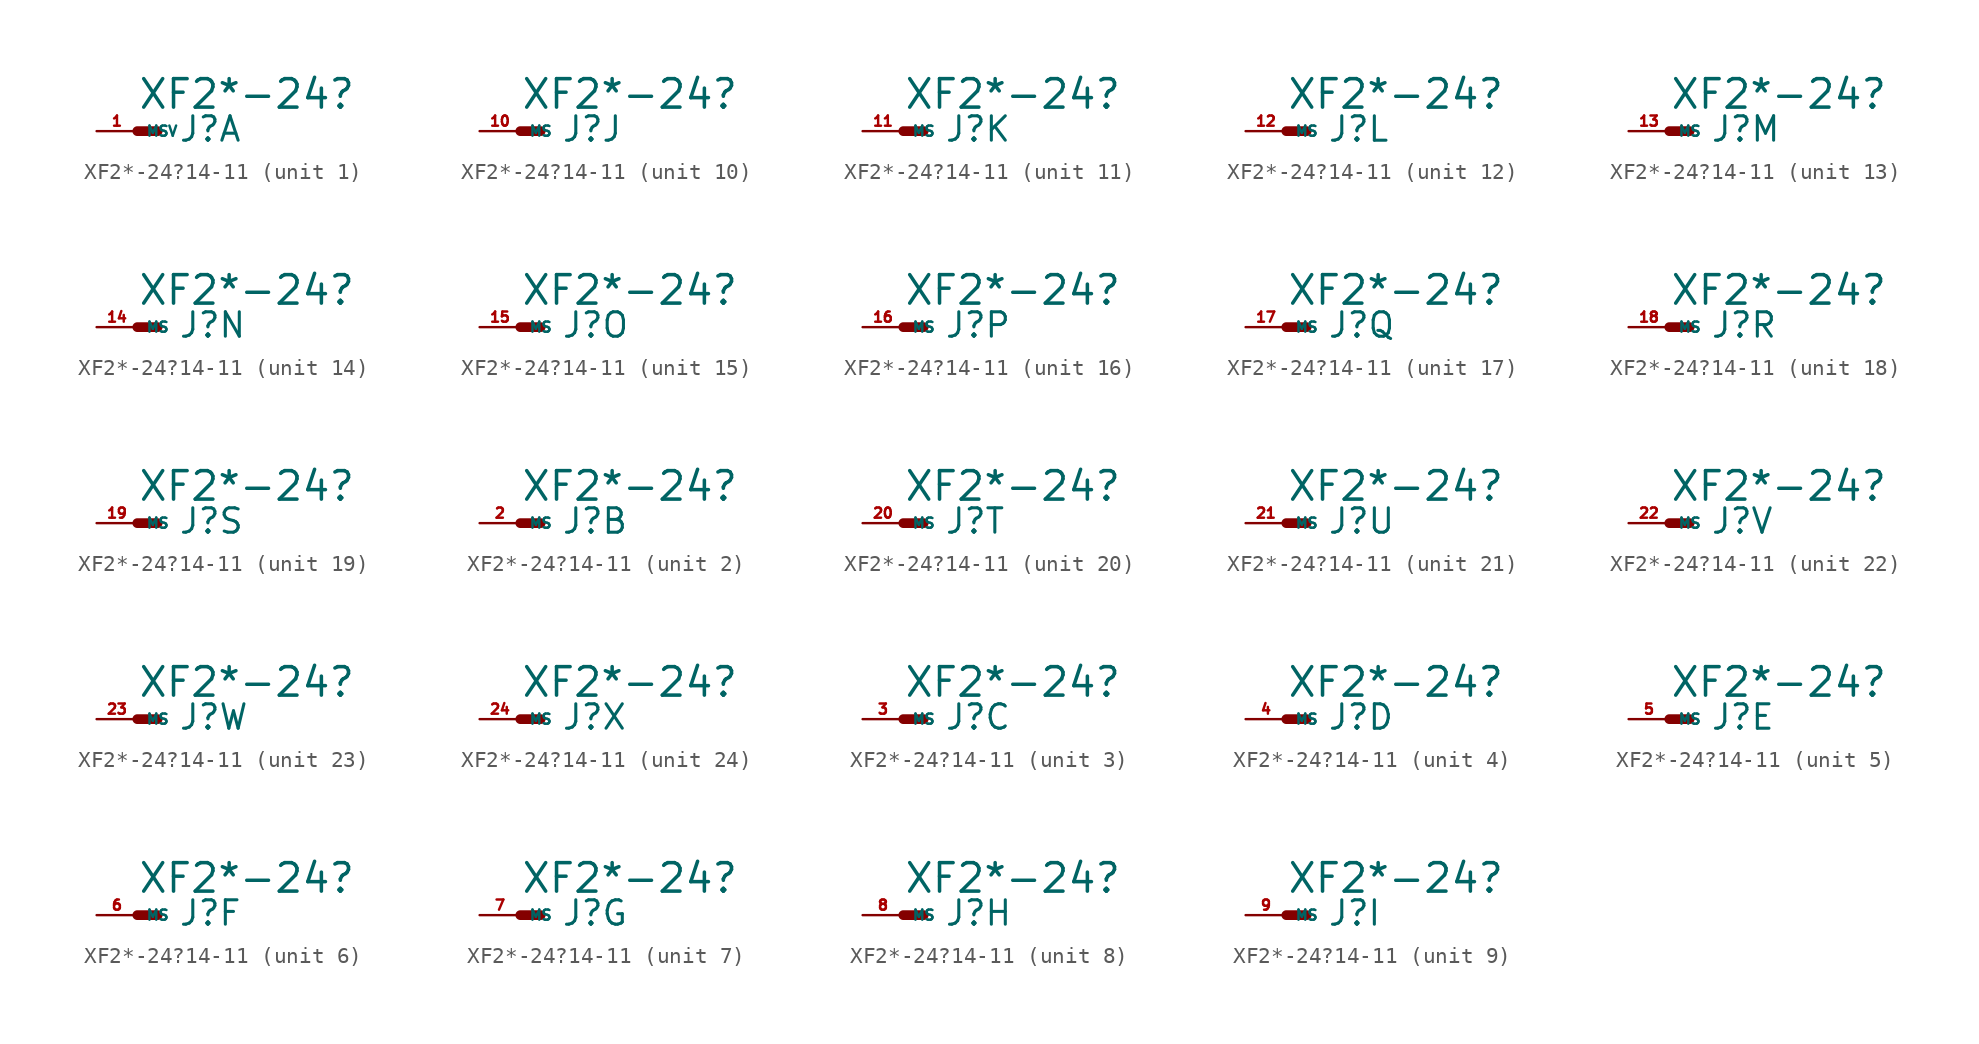
<source format=kicad_sym>
(kicad_symbol_lib
  (version 20220914)
  (generator Eagle2Kicad)
  (symbol "XF2*-24?14-11"
    (property "Reference" "J"
      (at 2.54 -0.762 0)
      (effects (font (size 1.524 1.524) (thickness 0.19)) (justify left bottom)))
    (property "Value" "XF2*-24?"
      (at 0 1.27 0)
      (effects (font (size 1.778 1.778) (thickness 0.22)) (justify left bottom)))
    (symbol "XF2*-24?14-11_1_0"
      (polyline (pts (xy 0 0) (xy 1.27 0)) (stroke (width 0.61) (type default)) (fill (type none)))
      (pin passive line (at -2.54 0 0) (length 2.54) (name "MSV" (effects (font (size 0.635 0.635) (thickness 0.08)) (justify left bottom))) (number "1" (effects (font (size 0.635 0.635) (thickness 0.08)) (justify left bottom)))))
    (symbol "XF2*-24?14-11_2_0"
      (polyline (pts (xy 0 0) (xy 1.27 0)) (stroke (width 0.61) (type default)) (fill (type none)))
      (pin passive line (at -2.54 0 0) (length 2.54) (name "MS" (effects (font (size 0.635 0.635) (thickness 0.08)) (justify left bottom))) (number "2" (effects (font (size 0.635 0.635) (thickness 0.08)) (justify left bottom)))))
    (symbol "XF2*-24?14-11_3_0"
      (polyline (pts (xy 0 0) (xy 1.27 0)) (stroke (width 0.61) (type default)) (fill (type none)))
      (pin passive line (at -2.54 0 0) (length 2.54) (name "MS" (effects (font (size 0.635 0.635) (thickness 0.08)) (justify left bottom))) (number "3" (effects (font (size 0.635 0.635) (thickness 0.08)) (justify left bottom)))))
    (symbol "XF2*-24?14-11_4_0"
      (polyline (pts (xy 0 0) (xy 1.27 0)) (stroke (width 0.61) (type default)) (fill (type none)))
      (pin passive line (at -2.54 0 0) (length 2.54) (name "MS" (effects (font (size 0.635 0.635) (thickness 0.08)) (justify left bottom))) (number "4" (effects (font (size 0.635 0.635) (thickness 0.08)) (justify left bottom)))))
    (symbol "XF2*-24?14-11_5_0"
      (polyline (pts (xy 0 0) (xy 1.27 0)) (stroke (width 0.61) (type default)) (fill (type none)))
      (pin passive line (at -2.54 0 0) (length 2.54) (name "MS" (effects (font (size 0.635 0.635) (thickness 0.08)) (justify left bottom))) (number "5" (effects (font (size 0.635 0.635) (thickness 0.08)) (justify left bottom)))))
    (symbol "XF2*-24?14-11_6_0"
      (polyline (pts (xy 0 0) (xy 1.27 0)) (stroke (width 0.61) (type default)) (fill (type none)))
      (pin passive line (at -2.54 0 0) (length 2.54) (name "MS" (effects (font (size 0.635 0.635) (thickness 0.08)) (justify left bottom))) (number "6" (effects (font (size 0.635 0.635) (thickness 0.08)) (justify left bottom)))))
    (symbol "XF2*-24?14-11_7_0"
      (polyline (pts (xy 0 0) (xy 1.27 0)) (stroke (width 0.61) (type default)) (fill (type none)))
      (pin passive line (at -2.54 0 0) (length 2.54) (name "MS" (effects (font (size 0.635 0.635) (thickness 0.08)) (justify left bottom))) (number "7" (effects (font (size 0.635 0.635) (thickness 0.08)) (justify left bottom)))))
    (symbol "XF2*-24?14-11_8_0"
      (polyline (pts (xy 0 0) (xy 1.27 0)) (stroke (width 0.61) (type default)) (fill (type none)))
      (pin passive line (at -2.54 0 0) (length 2.54) (name "MS" (effects (font (size 0.635 0.635) (thickness 0.08)) (justify left bottom))) (number "8" (effects (font (size 0.635 0.635) (thickness 0.08)) (justify left bottom)))))
    (symbol "XF2*-24?14-11_9_0"
      (polyline (pts (xy 0 0) (xy 1.27 0)) (stroke (width 0.61) (type default)) (fill (type none)))
      (pin passive line (at -2.54 0 0) (length 2.54) (name "MS" (effects (font (size 0.635 0.635) (thickness 0.08)) (justify left bottom))) (number "9" (effects (font (size 0.635 0.635) (thickness 0.08)) (justify left bottom)))))
    (symbol "XF2*-24?14-11_10_0"
      (polyline (pts (xy 0 0) (xy 1.27 0)) (stroke (width 0.61) (type default)) (fill (type none)))
      (pin passive line (at -2.54 0 0) (length 2.54) (name "MS" (effects (font (size 0.635 0.635) (thickness 0.08)) (justify left bottom))) (number "10" (effects (font (size 0.635 0.635) (thickness 0.08)) (justify left bottom)))))
    (symbol "XF2*-24?14-11_11_0"
      (polyline (pts (xy 0 0) (xy 1.27 0)) (stroke (width 0.61) (type default)) (fill (type none)))
      (pin passive line (at -2.54 0 0) (length 2.54) (name "MS" (effects (font (size 0.635 0.635) (thickness 0.08)) (justify left bottom))) (number "11" (effects (font (size 0.635 0.635) (thickness 0.08)) (justify left bottom)))))
    (symbol "XF2*-24?14-11_12_0"
      (polyline (pts (xy 0 0) (xy 1.27 0)) (stroke (width 0.61) (type default)) (fill (type none)))
      (pin passive line (at -2.54 0 0) (length 2.54) (name "MS" (effects (font (size 0.635 0.635) (thickness 0.08)) (justify left bottom))) (number "12" (effects (font (size 0.635 0.635) (thickness 0.08)) (justify left bottom)))))
    (symbol "XF2*-24?14-11_13_0"
      (polyline (pts (xy 0 0) (xy 1.27 0)) (stroke (width 0.61) (type default)) (fill (type none)))
      (pin passive line (at -2.54 0 0) (length 2.54) (name "MS" (effects (font (size 0.635 0.635) (thickness 0.08)) (justify left bottom))) (number "13" (effects (font (size 0.635 0.635) (thickness 0.08)) (justify left bottom)))))
    (symbol "XF2*-24?14-11_14_0"
      (polyline (pts (xy 0 0) (xy 1.27 0)) (stroke (width 0.61) (type default)) (fill (type none)))
      (pin passive line (at -2.54 0 0) (length 2.54) (name "MS" (effects (font (size 0.635 0.635) (thickness 0.08)) (justify left bottom))) (number "14" (effects (font (size 0.635 0.635) (thickness 0.08)) (justify left bottom)))))
    (symbol "XF2*-24?14-11_15_0"
      (polyline (pts (xy 0 0) (xy 1.27 0)) (stroke (width 0.61) (type default)) (fill (type none)))
      (pin passive line (at -2.54 0 0) (length 2.54) (name "MS" (effects (font (size 0.635 0.635) (thickness 0.08)) (justify left bottom))) (number "15" (effects (font (size 0.635 0.635) (thickness 0.08)) (justify left bottom)))))
    (symbol "XF2*-24?14-11_16_0"
      (polyline (pts (xy 0 0) (xy 1.27 0)) (stroke (width 0.61) (type default)) (fill (type none)))
      (pin passive line (at -2.54 0 0) (length 2.54) (name "MS" (effects (font (size 0.635 0.635) (thickness 0.08)) (justify left bottom))) (number "16" (effects (font (size 0.635 0.635) (thickness 0.08)) (justify left bottom)))))
    (symbol "XF2*-24?14-11_17_0"
      (polyline (pts (xy 0 0) (xy 1.27 0)) (stroke (width 0.61) (type default)) (fill (type none)))
      (pin passive line (at -2.54 0 0) (length 2.54) (name "MS" (effects (font (size 0.635 0.635) (thickness 0.08)) (justify left bottom))) (number "17" (effects (font (size 0.635 0.635) (thickness 0.08)) (justify left bottom)))))
    (symbol "XF2*-24?14-11_18_0"
      (polyline (pts (xy 0 0) (xy 1.27 0)) (stroke (width 0.61) (type default)) (fill (type none)))
      (pin passive line (at -2.54 0 0) (length 2.54) (name "MS" (effects (font (size 0.635 0.635) (thickness 0.08)) (justify left bottom))) (number "18" (effects (font (size 0.635 0.635) (thickness 0.08)) (justify left bottom)))))
    (symbol "XF2*-24?14-11_19_0"
      (polyline (pts (xy 0 0) (xy 1.27 0)) (stroke (width 0.61) (type default)) (fill (type none)))
      (pin passive line (at -2.54 0 0) (length 2.54) (name "MS" (effects (font (size 0.635 0.635) (thickness 0.08)) (justify left bottom))) (number "19" (effects (font (size 0.635 0.635) (thickness 0.08)) (justify left bottom)))))
    (symbol "XF2*-24?14-11_20_0"
      (polyline (pts (xy 0 0) (xy 1.27 0)) (stroke (width 0.61) (type default)) (fill (type none)))
      (pin passive line (at -2.54 0 0) (length 2.54) (name "MS" (effects (font (size 0.635 0.635) (thickness 0.08)) (justify left bottom))) (number "20" (effects (font (size 0.635 0.635) (thickness 0.08)) (justify left bottom)))))
    (symbol "XF2*-24?14-11_21_0"
      (polyline (pts (xy 0 0) (xy 1.27 0)) (stroke (width 0.61) (type default)) (fill (type none)))
      (pin passive line (at -2.54 0 0) (length 2.54) (name "MS" (effects (font (size 0.635 0.635) (thickness 0.08)) (justify left bottom))) (number "21" (effects (font (size 0.635 0.635) (thickness 0.08)) (justify left bottom)))))
    (symbol "XF2*-24?14-11_22_0"
      (polyline (pts (xy 0 0) (xy 1.27 0)) (stroke (width 0.61) (type default)) (fill (type none)))
      (pin passive line (at -2.54 0 0) (length 2.54) (name "MS" (effects (font (size 0.635 0.635) (thickness 0.08)) (justify left bottom))) (number "22" (effects (font (size 0.635 0.635) (thickness 0.08)) (justify left bottom)))))
    (symbol "XF2*-24?14-11_23_0"
      (polyline (pts (xy 0 0) (xy 1.27 0)) (stroke (width 0.61) (type default)) (fill (type none)))
      (pin passive line (at -2.54 0 0) (length 2.54) (name "MS" (effects (font (size 0.635 0.635) (thickness 0.08)) (justify left bottom))) (number "23" (effects (font (size 0.635 0.635) (thickness 0.08)) (justify left bottom)))))
    (symbol "XF2*-24?14-11_24_0"
      (polyline (pts (xy 0 0) (xy 1.27 0)) (stroke (width 0.61) (type default)) (fill (type none)))
      (pin passive line (at -2.54 0 0) (length 2.54) (name "MS" (effects (font (size 0.635 0.635) (thickness 0.08)) (justify left bottom))) (number "24" (effects (font (size 0.635 0.635) (thickness 0.08)) (justify left bottom)))))))
</source>
